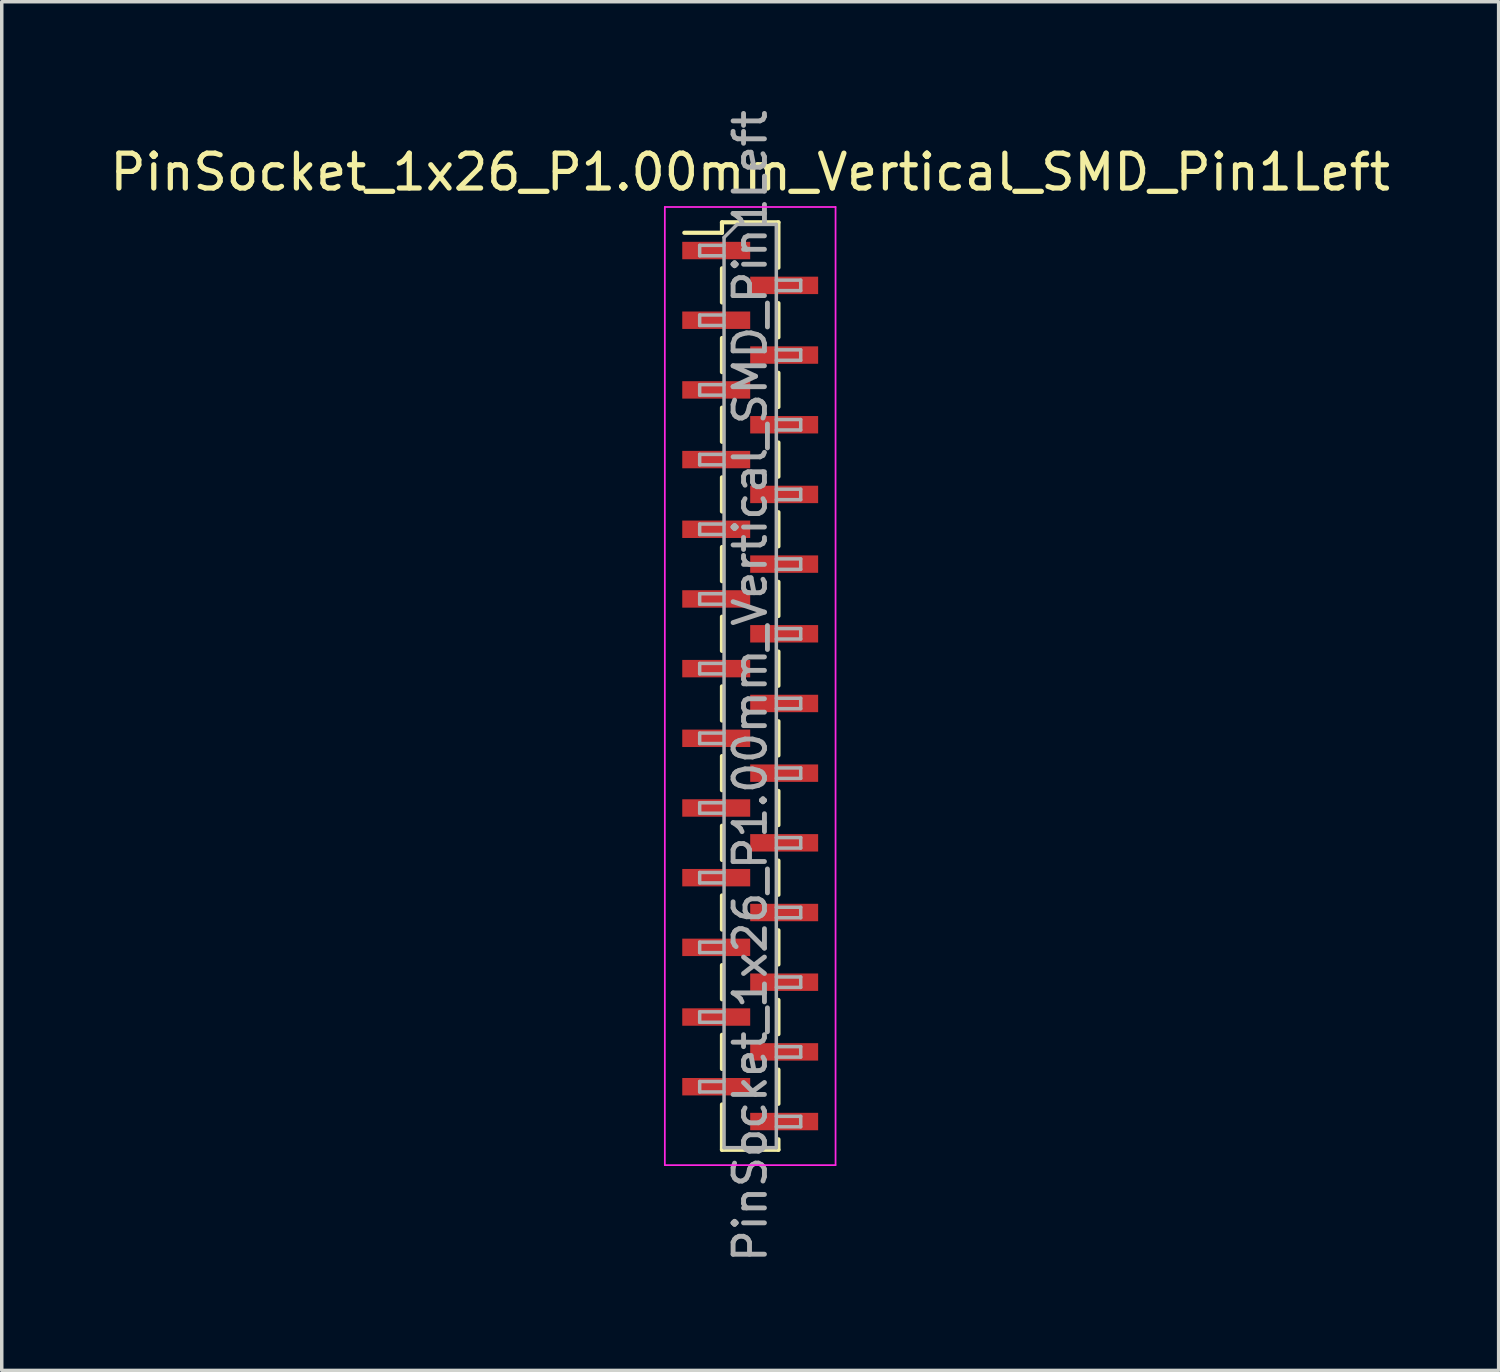
<source format=kicad_pcb>
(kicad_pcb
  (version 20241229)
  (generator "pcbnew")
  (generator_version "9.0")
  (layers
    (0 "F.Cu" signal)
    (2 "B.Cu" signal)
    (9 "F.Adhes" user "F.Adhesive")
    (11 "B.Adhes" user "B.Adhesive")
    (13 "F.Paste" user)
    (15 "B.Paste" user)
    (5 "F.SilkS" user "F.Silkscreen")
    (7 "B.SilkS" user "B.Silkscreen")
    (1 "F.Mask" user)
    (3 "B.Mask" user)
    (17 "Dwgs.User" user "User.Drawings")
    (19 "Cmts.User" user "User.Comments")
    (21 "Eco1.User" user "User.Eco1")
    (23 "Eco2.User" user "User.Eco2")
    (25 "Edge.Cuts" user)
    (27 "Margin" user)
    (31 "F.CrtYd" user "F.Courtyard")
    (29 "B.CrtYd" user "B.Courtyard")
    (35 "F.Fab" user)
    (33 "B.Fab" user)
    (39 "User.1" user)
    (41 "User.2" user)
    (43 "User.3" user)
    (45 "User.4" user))
  (footprint "PinSocket_1x26_P1.00mm_Vertical_SMD_Pin1Left"
    (layer "F.Cu")
    (at 18.482 16.641)
    (property "Reference" "PinSocket_1x26_P1.00mm_Vertical_SMD_Pin1Left" (at 0 -14.75 0) (layer "F.SilkS") (effects (font (size 1 1) (thickness 0.15))))
    (attr smd)
    (fp_line (start -1.89 -13.01) (end -0.81 -13.01) (stroke (width 0.12) (type solid)) (layer "F.SilkS"))
    (fp_line (start -0.81 -13.31) (end -0.81 -13.01) (stroke (width 0.12) (type solid)) (layer "F.SilkS"))
    (fp_line (start -0.81 -13.31) (end 0.81 -13.31) (stroke (width 0.12) (type solid)) (layer "F.SilkS"))
    (fp_line (start -0.81 -11.99) (end -0.81 -11.01) (stroke (width 0.12) (type solid)) (layer "F.SilkS"))
    (fp_line (start -0.81 -9.99) (end -0.81 -9.01) (stroke (width 0.12) (type solid)) (layer "F.SilkS"))
    (fp_line (start -0.81 -7.99) (end -0.81 -7.01) (stroke (width 0.12) (type solid)) (layer "F.SilkS"))
    (fp_line (start -0.81 -5.99) (end -0.81 -5.01) (stroke (width 0.12) (type solid)) (layer "F.SilkS"))
    (fp_line (start -0.81 -3.99) (end -0.81 -3.01) (stroke (width 0.12) (type solid)) (layer "F.SilkS"))
    (fp_line (start -0.81 -1.99) (end -0.81 -1.01) (stroke (width 0.12) (type solid)) (layer "F.SilkS"))
    (fp_line (start -0.81 0.01) (end -0.81 0.99) (stroke (width 0.12) (type solid)) (layer "F.SilkS"))
    (fp_line (start -0.81 2.01) (end -0.81 2.99) (stroke (width 0.12) (type solid)) (layer "F.SilkS"))
    (fp_line (start -0.81 4.01) (end -0.81 4.99) (stroke (width 0.12) (type solid)) (layer "F.SilkS"))
    (fp_line (start -0.81 6.01) (end -0.81 6.99) (stroke (width 0.12) (type solid)) (layer "F.SilkS"))
    (fp_line (start -0.81 8.01) (end -0.81 8.99) (stroke (width 0.12) (type solid)) (layer "F.SilkS"))
    (fp_line (start -0.81 10.01) (end -0.81 10.99) (stroke (width 0.12) (type solid)) (layer "F.SilkS"))
    (fp_line (start -0.81 12.01) (end -0.81 13.31) (stroke (width 0.12) (type solid)) (layer "F.SilkS"))
    (fp_line (start -0.81 13.31) (end 0.81 13.31) (stroke (width 0.12) (type solid)) (layer "F.SilkS"))
    (fp_line (start 0.81 -13.31) (end 0.81 -12.01) (stroke (width 0.12) (type solid)) (layer "F.SilkS"))
    (fp_line (start 0.81 -10.99) (end 0.81 -10.01) (stroke (width 0.12) (type solid)) (layer "F.SilkS"))
    (fp_line (start 0.81 -8.99) (end 0.81 -8.01) (stroke (width 0.12) (type solid)) (layer "F.SilkS"))
    (fp_line (start 0.81 -6.99) (end 0.81 -6.01) (stroke (width 0.12) (type solid)) (layer "F.SilkS"))
    (fp_line (start 0.81 -4.99) (end 0.81 -4.01) (stroke (width 0.12) (type solid)) (layer "F.SilkS"))
    (fp_line (start 0.81 -2.99) (end 0.81 -2.01) (stroke (width 0.12) (type solid)) (layer "F.SilkS"))
    (fp_line (start 0.81 -0.99) (end 0.81 -0.01) (stroke (width 0.12) (type solid)) (layer "F.SilkS"))
    (fp_line (start 0.81 1.01) (end 0.81 1.99) (stroke (width 0.12) (type solid)) (layer "F.SilkS"))
    (fp_line (start 0.81 3.01) (end 0.81 3.99) (stroke (width 0.12) (type solid)) (layer "F.SilkS"))
    (fp_line (start 0.81 5.01) (end 0.81 5.99) (stroke (width 0.12) (type solid)) (layer "F.SilkS"))
    (fp_line (start 0.81 7.01) (end 0.81 7.99) (stroke (width 0.12) (type solid)) (layer "F.SilkS"))
    (fp_line (start 0.81 9.01) (end 0.81 9.99) (stroke (width 0.12) (type solid)) (layer "F.SilkS"))
    (fp_line (start 0.81 11.01) (end 0.81 11.99) (stroke (width 0.12) (type solid)) (layer "F.SilkS"))
    (fp_line (start 0.81 13.01) (end 0.81 13.31) (stroke (width 0.12) (type solid)) (layer "F.SilkS"))
    (fp_line (start -2.45 -13.75) (end 2.45 -13.75) (stroke (width 0.05) (type solid)) (layer "F.CrtYd"))
    (fp_line (start -2.45 13.75) (end -2.45 -13.75) (stroke (width 0.05) (type solid)) (layer "F.CrtYd"))
    (fp_line (start 2.45 -13.75) (end 2.45 13.75) (stroke (width 0.05) (type solid)) (layer "F.CrtYd"))
    (fp_line (start 2.45 13.75) (end -2.45 13.75) (stroke (width 0.05) (type solid)) (layer "F.CrtYd"))
    (fp_line (start -1.45 -12.65) (end -0.75 -12.65) (stroke (width 0.1) (type solid)) (layer "F.Fab"))
    (fp_line (start -1.45 -12.35) (end -1.45 -12.65) (stroke (width 0.1) (type solid)) (layer "F.Fab"))
    (fp_line (start -1.45 -10.65) (end -0.75 -10.65) (stroke (width 0.1) (type solid)) (layer "F.Fab"))
    (fp_line (start -1.45 -10.35) (end -1.45 -10.65) (stroke (width 0.1) (type solid)) (layer "F.Fab"))
    (fp_line (start -1.45 -8.65) (end -0.75 -8.65) (stroke (width 0.1) (type solid)) (layer "F.Fab"))
    (fp_line (start -1.45 -8.35) (end -1.45 -8.65) (stroke (width 0.1) (type solid)) (layer "F.Fab"))
    (fp_line (start -1.45 -6.65) (end -0.75 -6.65) (stroke (width 0.1) (type solid)) (layer "F.Fab"))
    (fp_line (start -1.45 -6.35) (end -1.45 -6.65) (stroke (width 0.1) (type solid)) (layer "F.Fab"))
    (fp_line (start -1.45 -4.65) (end -0.75 -4.65) (stroke (width 0.1) (type solid)) (layer "F.Fab"))
    (fp_line (start -1.45 -4.35) (end -1.45 -4.65) (stroke (width 0.1) (type solid)) (layer "F.Fab"))
    (fp_line (start -1.45 -2.65) (end -0.75 -2.65) (stroke (width 0.1) (type solid)) (layer "F.Fab"))
    (fp_line (start -1.45 -2.35) (end -1.45 -2.65) (stroke (width 0.1) (type solid)) (layer "F.Fab"))
    (fp_line (start -1.45 -0.65) (end -0.75 -0.65) (stroke (width 0.1) (type solid)) (layer "F.Fab"))
    (fp_line (start -1.45 -0.35) (end -1.45 -0.65) (stroke (width 0.1) (type solid)) (layer "F.Fab"))
    (fp_line (start -1.45 1.35) (end -0.75 1.35) (stroke (width 0.1) (type solid)) (layer "F.Fab"))
    (fp_line (start -1.45 1.65) (end -1.45 1.35) (stroke (width 0.1) (type solid)) (layer "F.Fab"))
    (fp_line (start -1.45 3.35) (end -0.75 3.35) (stroke (width 0.1) (type solid)) (layer "F.Fab"))
    (fp_line (start -1.45 3.65) (end -1.45 3.35) (stroke (width 0.1) (type solid)) (layer "F.Fab"))
    (fp_line (start -1.45 5.35) (end -0.75 5.35) (stroke (width 0.1) (type solid)) (layer "F.Fab"))
    (fp_line (start -1.45 5.65) (end -1.45 5.35) (stroke (width 0.1) (type solid)) (layer "F.Fab"))
    (fp_line (start -1.45 7.35) (end -0.75 7.35) (stroke (width 0.1) (type solid)) (layer "F.Fab"))
    (fp_line (start -1.45 7.65) (end -1.45 7.35) (stroke (width 0.1) (type solid)) (layer "F.Fab"))
    (fp_line (start -1.45 9.35) (end -0.75 9.35) (stroke (width 0.1) (type solid)) (layer "F.Fab"))
    (fp_line (start -1.45 9.65) (end -1.45 9.35) (stroke (width 0.1) (type solid)) (layer "F.Fab"))
    (fp_line (start -1.45 11.35) (end -0.75 11.35) (stroke (width 0.1) (type solid)) (layer "F.Fab"))
    (fp_line (start -1.45 11.65) (end -1.45 11.35) (stroke (width 0.1) (type solid)) (layer "F.Fab"))
    (fp_line (start -0.75 -12.875) (end -0.375 -13.25) (stroke (width 0.1) (type solid)) (layer "F.Fab"))
    (fp_line (start -0.75 -12.35) (end -1.45 -12.35) (stroke (width 0.1) (type solid)) (layer "F.Fab"))
    (fp_line (start -0.75 -10.35) (end -1.45 -10.35) (stroke (width 0.1) (type solid)) (layer "F.Fab"))
    (fp_line (start -0.75 -8.35) (end -1.45 -8.35) (stroke (width 0.1) (type solid)) (layer "F.Fab"))
    (fp_line (start -0.75 -6.35) (end -1.45 -6.35) (stroke (width 0.1) (type solid)) (layer "F.Fab"))
    (fp_line (start -0.75 -4.35) (end -1.45 -4.35) (stroke (width 0.1) (type solid)) (layer "F.Fab"))
    (fp_line (start -0.75 -2.35) (end -1.45 -2.35) (stroke (width 0.1) (type solid)) (layer "F.Fab"))
    (fp_line (start -0.75 -0.35) (end -1.45 -0.35) (stroke (width 0.1) (type solid)) (layer "F.Fab"))
    (fp_line (start -0.75 1.65) (end -1.45 1.65) (stroke (width 0.1) (type solid)) (layer "F.Fab"))
    (fp_line (start -0.75 3.65) (end -1.45 3.65) (stroke (width 0.1) (type solid)) (layer "F.Fab"))
    (fp_line (start -0.75 5.65) (end -1.45 5.65) (stroke (width 0.1) (type solid)) (layer "F.Fab"))
    (fp_line (start -0.75 7.65) (end -1.45 7.65) (stroke (width 0.1) (type solid)) (layer "F.Fab"))
    (fp_line (start -0.75 9.65) (end -1.45 9.65) (stroke (width 0.1) (type solid)) (layer "F.Fab"))
    (fp_line (start -0.75 11.65) (end -1.45 11.65) (stroke (width 0.1) (type solid)) (layer "F.Fab"))
    (fp_line (start -0.75 13.25) (end -0.75 -12.875) (stroke (width 0.1) (type solid)) (layer "F.Fab"))
    (fp_line (start -0.375 -13.25) (end 0.75 -13.25) (stroke (width 0.1) (type solid)) (layer "F.Fab"))
    (fp_line (start 0.75 -13.25) (end 0.75 13.25) (stroke (width 0.1) (type solid)) (layer "F.Fab"))
    (fp_line (start 0.75 -11.65) (end 1.45 -11.65) (stroke (width 0.1) (type solid)) (layer "F.Fab"))
    (fp_line (start 0.75 -9.65) (end 1.45 -9.65) (stroke (width 0.1) (type solid)) (layer "F.Fab"))
    (fp_line (start 0.75 -7.65) (end 1.45 -7.65) (stroke (width 0.1) (type solid)) (layer "F.Fab"))
    (fp_line (start 0.75 -5.65) (end 1.45 -5.65) (stroke (width 0.1) (type solid)) (layer "F.Fab"))
    (fp_line (start 0.75 -3.65) (end 1.45 -3.65) (stroke (width 0.1) (type solid)) (layer "F.Fab"))
    (fp_line (start 0.75 -1.65) (end 1.45 -1.65) (stroke (width 0.1) (type solid)) (layer "F.Fab"))
    (fp_line (start 0.75 0.35) (end 1.45 0.35) (stroke (width 0.1) (type solid)) (layer "F.Fab"))
    (fp_line (start 0.75 2.35) (end 1.45 2.35) (stroke (width 0.1) (type solid)) (layer "F.Fab"))
    (fp_line (start 0.75 4.35) (end 1.45 4.35) (stroke (width 0.1) (type solid)) (layer "F.Fab"))
    (fp_line (start 0.75 6.35) (end 1.45 6.35) (stroke (width 0.1) (type solid)) (layer "F.Fab"))
    (fp_line (start 0.75 8.35) (end 1.45 8.35) (stroke (width 0.1) (type solid)) (layer "F.Fab"))
    (fp_line (start 0.75 10.35) (end 1.45 10.35) (stroke (width 0.1) (type solid)) (layer "F.Fab"))
    (fp_line (start 0.75 12.35) (end 1.45 12.35) (stroke (width 0.1) (type solid)) (layer "F.Fab"))
    (fp_line (start 0.75 13.25) (end -0.75 13.25) (stroke (width 0.1) (type solid)) (layer "F.Fab"))
    (fp_line (start 1.45 -11.65) (end 1.45 -11.35) (stroke (width 0.1) (type solid)) (layer "F.Fab"))
    (fp_line (start 1.45 -11.35) (end 0.75 -11.35) (stroke (width 0.1) (type solid)) (layer "F.Fab"))
    (fp_line (start 1.45 -9.65) (end 1.45 -9.35) (stroke (width 0.1) (type solid)) (layer "F.Fab"))
    (fp_line (start 1.45 -9.35) (end 0.75 -9.35) (stroke (width 0.1) (type solid)) (layer "F.Fab"))
    (fp_line (start 1.45 -7.65) (end 1.45 -7.35) (stroke (width 0.1) (type solid)) (layer "F.Fab"))
    (fp_line (start 1.45 -7.35) (end 0.75 -7.35) (stroke (width 0.1) (type solid)) (layer "F.Fab"))
    (fp_line (start 1.45 -5.65) (end 1.45 -5.35) (stroke (width 0.1) (type solid)) (layer "F.Fab"))
    (fp_line (start 1.45 -5.35) (end 0.75 -5.35) (stroke (width 0.1) (type solid)) (layer "F.Fab"))
    (fp_line (start 1.45 -3.65) (end 1.45 -3.35) (stroke (width 0.1) (type solid)) (layer "F.Fab"))
    (fp_line (start 1.45 -3.35) (end 0.75 -3.35) (stroke (width 0.1) (type solid)) (layer "F.Fab"))
    (fp_line (start 1.45 -1.65) (end 1.45 -1.35) (stroke (width 0.1) (type solid)) (layer "F.Fab"))
    (fp_line (start 1.45 -1.35) (end 0.75 -1.35) (stroke (width 0.1) (type solid)) (layer "F.Fab"))
    (fp_line (start 1.45 0.35) (end 1.45 0.65) (stroke (width 0.1) (type solid)) (layer "F.Fab"))
    (fp_line (start 1.45 0.65) (end 0.75 0.65) (stroke (width 0.1) (type solid)) (layer "F.Fab"))
    (fp_line (start 1.45 2.35) (end 1.45 2.65) (stroke (width 0.1) (type solid)) (layer "F.Fab"))
    (fp_line (start 1.45 2.65) (end 0.75 2.65) (stroke (width 0.1) (type solid)) (layer "F.Fab"))
    (fp_line (start 1.45 4.35) (end 1.45 4.65) (stroke (width 0.1) (type solid)) (layer "F.Fab"))
    (fp_line (start 1.45 4.65) (end 0.75 4.65) (stroke (width 0.1) (type solid)) (layer "F.Fab"))
    (fp_line (start 1.45 6.35) (end 1.45 6.65) (stroke (width 0.1) (type solid)) (layer "F.Fab"))
    (fp_line (start 1.45 6.65) (end 0.75 6.65) (stroke (width 0.1) (type solid)) (layer "F.Fab"))
    (fp_line (start 1.45 8.35) (end 1.45 8.65) (stroke (width 0.1) (type solid)) (layer "F.Fab"))
    (fp_line (start 1.45 8.65) (end 0.75 8.65) (stroke (width 0.1) (type solid)) (layer "F.Fab"))
    (fp_line (start 1.45 10.35) (end 1.45 10.65) (stroke (width 0.1) (type solid)) (layer "F.Fab"))
    (fp_line (start 1.45 10.65) (end 0.75 10.65) (stroke (width 0.1) (type solid)) (layer "F.Fab"))
    (fp_line (start 1.45 12.35) (end 1.45 12.65) (stroke (width 0.1) (type solid)) (layer "F.Fab"))
    (fp_line (start 1.45 12.65) (end 0.75 12.65) (stroke (width 0.1) (type solid)) (layer "F.Fab"))
    (fp_text user "${REFERENCE}" (at 0 0 90) (layer "F.Fab") (effects (font (size 0.9 0.9) (thickness 0.14))))
    (pad "1" smd rect (at -0.975 -12.5) (size 1.95 0.5) (layers "F.Cu" "F.Mask" "F.Paste"))
    (pad "2" smd rect (at 0.975 -11.5) (size 1.95 0.5) (layers "F.Cu" "F.Mask" "F.Paste"))
    (pad "3" smd rect (at -0.975 -10.5) (size 1.95 0.5) (layers "F.Cu" "F.Mask" "F.Paste"))
    (pad "4" smd rect (at 0.975 -9.5) (size 1.95 0.5) (layers "F.Cu" "F.Mask" "F.Paste"))
    (pad "5" smd rect (at -0.975 -8.5) (size 1.95 0.5) (layers "F.Cu" "F.Mask" "F.Paste"))
    (pad "6" smd rect (at 0.975 -7.5) (size 1.95 0.5) (layers "F.Cu" "F.Mask" "F.Paste"))
    (pad "7" smd rect (at -0.975 -6.5) (size 1.95 0.5) (layers "F.Cu" "F.Mask" "F.Paste"))
    (pad "8" smd rect (at 0.975 -5.5) (size 1.95 0.5) (layers "F.Cu" "F.Mask" "F.Paste"))
    (pad "9" smd rect (at -0.975 -4.5) (size 1.95 0.5) (layers "F.Cu" "F.Mask" "F.Paste"))
    (pad "10" smd rect (at 0.975 -3.5) (size 1.95 0.5) (layers "F.Cu" "F.Mask" "F.Paste"))
    (pad "11" smd rect (at -0.975 -2.5) (size 1.95 0.5) (layers "F.Cu" "F.Mask" "F.Paste"))
    (pad "12" smd rect (at 0.975 -1.5) (size 1.95 0.5) (layers "F.Cu" "F.Mask" "F.Paste"))
    (pad "13" smd rect (at -0.975 -0.5) (size 1.95 0.5) (layers "F.Cu" "F.Mask" "F.Paste"))
    (pad "14" smd rect (at 0.975 0.5) (size 1.95 0.5) (layers "F.Cu" "F.Mask" "F.Paste"))
    (pad "15" smd rect (at -0.975 1.5) (size 1.95 0.5) (layers "F.Cu" "F.Mask" "F.Paste"))
    (pad "16" smd rect (at 0.975 2.5) (size 1.95 0.5) (layers "F.Cu" "F.Mask" "F.Paste"))
    (pad "17" smd rect (at -0.975 3.5) (size 1.95 0.5) (layers "F.Cu" "F.Mask" "F.Paste"))
    (pad "18" smd rect (at 0.975 4.5) (size 1.95 0.5) (layers "F.Cu" "F.Mask" "F.Paste"))
    (pad "19" smd rect (at -0.975 5.5) (size 1.95 0.5) (layers "F.Cu" "F.Mask" "F.Paste"))
    (pad "20" smd rect (at 0.975 6.5) (size 1.95 0.5) (layers "F.Cu" "F.Mask" "F.Paste"))
    (pad "21" smd rect (at -0.975 7.5) (size 1.95 0.5) (layers "F.Cu" "F.Mask" "F.Paste"))
    (pad "22" smd rect (at 0.975 8.5) (size 1.95 0.5) (layers "F.Cu" "F.Mask" "F.Paste"))
    (pad "23" smd rect (at -0.975 9.5) (size 1.95 0.5) (layers "F.Cu" "F.Mask" "F.Paste"))
    (pad "24" smd rect (at 0.975 10.5) (size 1.95 0.5) (layers "F.Cu" "F.Mask" "F.Paste"))
    (pad "25" smd rect (at -0.975 11.5) (size 1.95 0.5) (layers "F.Cu" "F.Mask" "F.Paste"))
    (pad "26" smd rect (at 0.975 12.5) (size 1.95 0.5) (layers "F.Cu" "F.Mask" "F.Paste")))
  (gr_rect
    (start -3 -3)
    (end 39.964 36.283)
    (stroke (width 0.1) (type default))
    (fill no)
    (layer "Edge.Cuts")))
</source>
